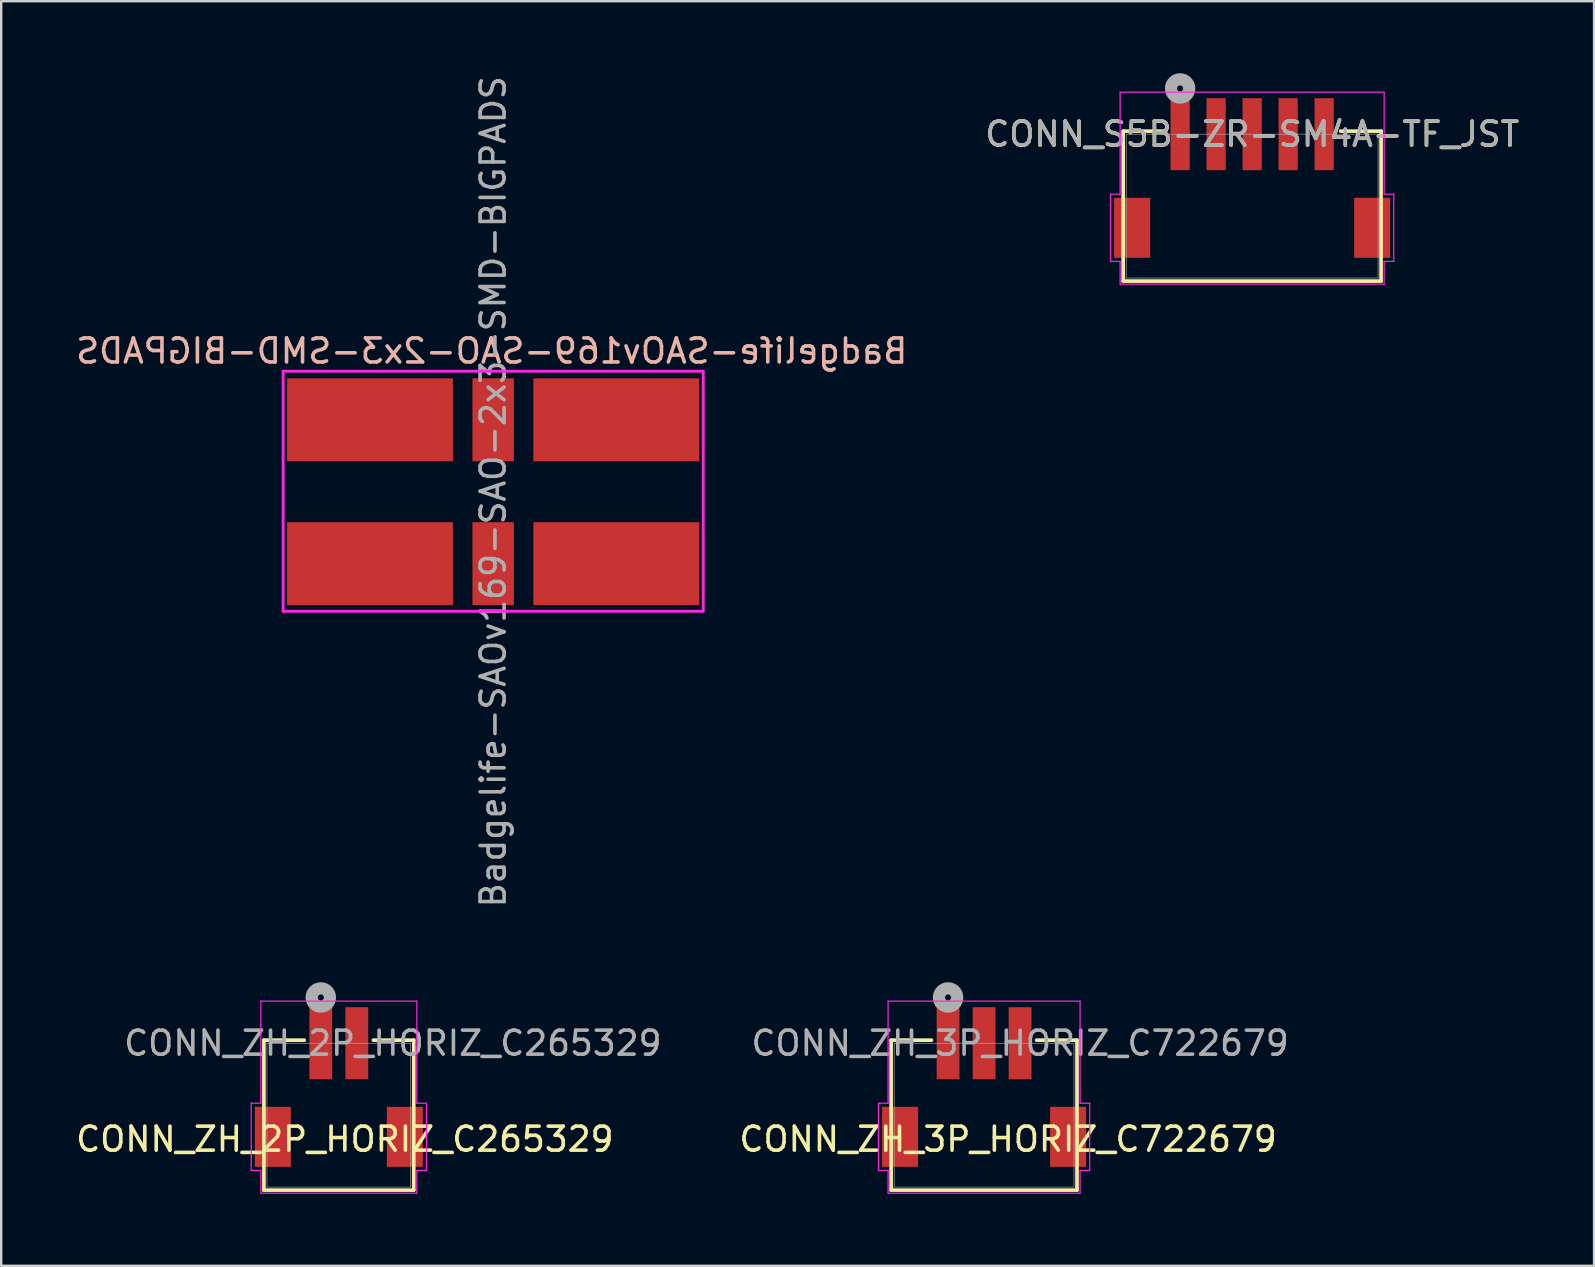
<source format=kicad_pcb>
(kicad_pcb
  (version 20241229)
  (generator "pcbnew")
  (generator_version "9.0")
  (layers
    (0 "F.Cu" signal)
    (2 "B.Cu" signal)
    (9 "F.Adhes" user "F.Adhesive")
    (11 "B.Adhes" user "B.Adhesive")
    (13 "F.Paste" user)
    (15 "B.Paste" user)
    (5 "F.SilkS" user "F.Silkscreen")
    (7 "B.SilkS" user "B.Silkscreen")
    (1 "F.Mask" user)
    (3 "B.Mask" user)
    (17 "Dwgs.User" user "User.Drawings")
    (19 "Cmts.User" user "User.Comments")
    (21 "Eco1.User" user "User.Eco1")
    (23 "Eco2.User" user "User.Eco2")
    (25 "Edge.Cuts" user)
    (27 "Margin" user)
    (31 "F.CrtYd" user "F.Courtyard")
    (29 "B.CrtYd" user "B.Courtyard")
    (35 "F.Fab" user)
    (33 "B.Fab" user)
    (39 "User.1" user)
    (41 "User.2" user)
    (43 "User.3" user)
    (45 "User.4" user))
  (footprint "Badgelife-SAOv169-SAO-2x3-SMD-BIGPADS"
    (layer "F.Cu")
    (at 17.495 17.415)
    (property "Reference" "Badgelife-SAOv169-SAO-2x3-SMD-BIGPADS" (at -0.06 -5.842 0) (layer "B.SilkS") (effects (font (size 1 1) (thickness 0.15)) (justify mirror)))
    (attr through_hole)
    (fp_line (start -8.75 -5) (end 8.75 -5) (stroke (width 0.12) (type solid)) (layer "Eco1.User"))
    (fp_line (start -8.75 5) (end -8.75 -5) (stroke (width 0.12) (type solid)) (layer "Eco1.User"))
    (fp_line (start 8.75 -5) (end 8.75 5) (stroke (width 0.12) (type solid)) (layer "Eco1.User"))
    (fp_line (start 8.75 5) (end -8.75 5) (stroke (width 0.12) (type solid)) (layer "Eco1.User"))
    (fp_line (start -8.75 -5) (end 8.75 -5) (stroke (width 0.12) (type solid)) (layer "F.CrtYd"))
    (fp_line (start -8.75 5) (end -8.75 -5) (stroke (width 0.12) (type solid)) (layer "F.CrtYd"))
    (fp_line (start 8.75 -5) (end 8.75 5) (stroke (width 0.12) (type solid)) (layer "F.CrtYd"))
    (fp_line (start 8.75 5) (end -8.75 5) (stroke (width 0.12) (type solid)) (layer "F.CrtYd"))
    (fp_text user "${REFERENCE}" (at 0 0.02 270) (layer "F.Fab") (effects (font (size 1 1) (thickness 0.15))))
    (pad "1" smd rect (at 5.131 -2.977 270) (size 3.454 6.909) (layers "F.Cu" "F.Mask" "F.Paste"))
    (pad "2" smd rect (at 5.131 3.017 270) (size 3.454 6.909) (layers "F.Cu" "F.Mask" "F.Paste"))
    (pad "3" smd rect (at 0 -2.977 270) (size 3.454 1.727) (layers "F.Cu" "F.Mask" "F.Paste"))
    (pad "4" smd rect (at 0 3.017 270) (size 3.454 1.727) (layers "F.Cu" "F.Mask" "F.Paste"))
    (pad "5" smd rect (at -5.131 -2.977 270) (size 3.454 6.909) (layers "F.Cu" "F.Mask" "F.Paste"))
    (pad "6" smd rect (at -5.131 3.017 270) (size 3.454 6.909) (layers "F.Cu" "F.Mask" "F.Paste")))
  (footprint "CONN_ZH_3P_HORIZ_C722679"
    (layer "F.Cu")
    (at 36.446 40.409)
    (property "Reference" "CONN_ZH_3P_HORIZ_C722679" (at 2.5 4 0) (unlocked yes) (layer "F.SilkS") (effects (font (size 1 1) (thickness 0.15))))
    (attr smd)
    (fp_line (start -2.372 -0.127) (end -2.372 6.121) (stroke (width 0.152) (type solid)) (layer "F.SilkS"))
    (fp_line (start -0.688 -0.127) (end -2.372 -0.127) (stroke (width 0.152) (type solid)) (layer "F.SilkS"))
    (fp_line (start 5.372 -0.127) (end 3.688 -0.127) (stroke (width 0.152) (type solid)) (layer "F.SilkS"))
    (fp_line (start 5.372 6.121) (end -2.372 6.121) (stroke (width 0.152) (type default)) (layer "F.SilkS"))
    (fp_line (start 5.372 6.121) (end 5.372 -0.127) (stroke (width 0.152) (type solid)) (layer "F.SilkS"))
    (fp_line (start -2.9 2.5) (end -2.9 5.3) (stroke (width 0.05) (type default)) (layer "F.CrtYd"))
    (fp_line (start -2.9 5.3) (end -2.5 5.3) (stroke (width 0.05) (type default)) (layer "F.CrtYd"))
    (fp_line (start -2.5 2.5) (end -2.9 2.5) (stroke (width 0.05) (type default)) (layer "F.CrtYd"))
    (fp_line (start -2.5 5.3) (end -2.499 6.248) (stroke (width 0.05) (type default)) (layer "F.CrtYd"))
    (fp_line (start -2.499 -1.753) (end -2.5 2.5) (stroke (width 0.05) (type default)) (layer "F.CrtYd"))
    (fp_line (start -2.499 -1.753) (end 5.499 -1.753) (stroke (width 0.05) (type default)) (layer "F.CrtYd"))
    (fp_line (start -2.499 6.248) (end 5.499 6.248) (stroke (width 0.05) (type default)) (layer "F.CrtYd"))
    (fp_line (start 5.499 -1.753) (end 5.5 2.5) (stroke (width 0.05) (type default)) (layer "F.CrtYd"))
    (fp_line (start 5.5 5.3) (end 5.499 6.248) (stroke (width 0.05) (type default)) (layer "F.CrtYd"))
    (fp_line (start 5.5 5.3) (end 5.9 5.3) (stroke (width 0.05) (type default)) (layer "F.CrtYd"))
    (fp_line (start 5.9 2.5) (end 5.5 2.5) (stroke (width 0.05) (type default)) (layer "F.CrtYd"))
    (fp_line (start 5.9 5.3) (end 5.9 2.5) (stroke (width 0.05) (type default)) (layer "F.CrtYd"))
    (fp_line (start -2.245 0) (end -2.245 5.994) (stroke (width 0.025) (type solid)) (layer "F.Fab"))
    (fp_line (start -2.245 0) (end 5.245 0) (stroke (width 0.025) (type default)) (layer "F.Fab"))
    (fp_line (start -2.245 5.994) (end 5.245 5.994) (stroke (width 0.025) (type default)) (layer "F.Fab"))
    (fp_line (start 5.245 5.994) (end 5.245 0) (stroke (width 0.025) (type solid)) (layer "F.Fab"))
    (fp_circle (center 0 -1.905) (end 0.381 -1.905) (stroke (width 0.508) (type solid)) (fill no) (layer "F.Fab"))
    (fp_text user "${REFERENCE}" (at 3 0 0) (unlocked yes) (layer "F.Fab") (effects (font (size 1 1) (thickness 0.15))))
    (pad "1" smd rect (at 0 0) (size 0.95 3) (layers "F.Cu" "F.Mask" "F.Paste"))
    (pad "2" smd rect (at 1.5 0) (size 0.95 3) (layers "F.Cu" "F.Mask" "F.Paste"))
    (pad "3" smd rect (at 3 0) (size 0.95 3) (layers "F.Cu" "F.Mask" "F.Paste"))
    (pad "NC" smd rect (at -2 3.9) (size 1.5 2.5) (layers "F.Cu" "F.Mask" "F.Paste"))
    (pad "NC" smd rect (at 5 3.9) (size 1.5 2.5) (layers "F.Cu" "F.Mask" "F.Paste")))
  (footprint "CONN_S5B-ZR-SM4A-TF_JST"
    (layer "F.Cu")
    (at 46.113 2.54)
    (property "Reference" "CONN_S5B-ZR-SM4A-TF_JST" (at 3 0 0) (unlocked yes) (layer "F.SilkS") (effects (font (size 1 1) (thickness 0.15))))
    (attr smd)
    (fp_line (start -2.372 -0.127) (end -2.372 6.121) (stroke (width 0.152) (type solid)) (layer "F.SilkS"))
    (fp_line (start -2.372 6.121) (end 8.372 6.121) (stroke (width 0.152) (type solid)) (layer "F.SilkS"))
    (fp_line (start -0.688 -0.127) (end -2.372 -0.127) (stroke (width 0.152) (type solid)) (layer "F.SilkS"))
    (fp_line (start 8.372 -0.127) (end 6.688 -0.127) (stroke (width 0.152) (type solid)) (layer "F.SilkS"))
    (fp_line (start 8.372 6.121) (end 8.372 -0.127) (stroke (width 0.152) (type solid)) (layer "F.SilkS"))
    (fp_line (start -2.9 2.5) (end -2.9 5.3) (stroke (width 0.05) (type default)) (layer "F.CrtYd"))
    (fp_line (start -2.9 5.3) (end -2.5 5.3) (stroke (width 0.05) (type default)) (layer "F.CrtYd"))
    (fp_line (start -2.5 2.5) (end -2.9 2.5) (stroke (width 0.05) (type default)) (layer "F.CrtYd"))
    (fp_line (start -2.5 5.3) (end -2.499 6.248) (stroke (width 0.05) (type default)) (layer "F.CrtYd"))
    (fp_line (start -2.499 -1.753) (end -2.5 2.5) (stroke (width 0.05) (type default)) (layer "F.CrtYd"))
    (fp_line (start -2.499 6.248) (end 8.499 6.248) (stroke (width 0.05) (type solid)) (layer "F.CrtYd"))
    (fp_line (start 8.499 -1.753) (end -2.499 -1.753) (stroke (width 0.05) (type solid)) (layer "F.CrtYd"))
    (fp_line (start 8.499 -1.753) (end 8.5 2.5) (stroke (width 0.05) (type default)) (layer "F.CrtYd"))
    (fp_line (start 8.5 5.3) (end 8.499 6.248) (stroke (width 0.05) (type default)) (layer "F.CrtYd"))
    (fp_line (start 8.5 5.3) (end 8.9 5.3) (stroke (width 0.05) (type default)) (layer "F.CrtYd"))
    (fp_line (start 8.9 2.5) (end 8.5 2.5) (stroke (width 0.05) (type default)) (layer "F.CrtYd"))
    (fp_line (start 8.9 5.3) (end 8.9 2.5) (stroke (width 0.05) (type default)) (layer "F.CrtYd"))
    (fp_line (start -2.245 0) (end -2.245 5.994) (stroke (width 0.025) (type solid)) (layer "F.Fab"))
    (fp_line (start -2.245 5.994) (end 8.245 5.994) (stroke (width 0.025) (type solid)) (layer "F.Fab"))
    (fp_line (start 8.245 0) (end -2.245 0) (stroke (width 0.025) (type solid)) (layer "F.Fab"))
    (fp_line (start 8.245 5.994) (end 8.245 0) (stroke (width 0.025) (type solid)) (layer "F.Fab"))
    (fp_circle (center 0 -1.905) (end 0.381 -1.905) (stroke (width 0.508) (type solid)) (fill no) (layer "F.Fab"))
    (fp_text user "${REFERENCE}" (at 3 0 0) (unlocked yes) (layer "F.Fab") (effects (font (size 1 1) (thickness 0.15))))
    (pad "1" smd rect (at 0 0) (size 0.8 3) (layers "F.Cu" "F.Mask" "F.Paste"))
    (pad "2" smd rect (at 1.5 0) (size 0.8 3) (layers "F.Cu" "F.Mask" "F.Paste"))
    (pad "3" smd rect (at 3 0) (size 0.8 3) (layers "F.Cu" "F.Mask" "F.Paste"))
    (pad "4" smd rect (at 4.5 0) (size 0.8 3) (layers "F.Cu" "F.Mask" "F.Paste"))
    (pad "5" smd rect (at 6 0) (size 0.8 3) (layers "F.Cu" "F.Mask" "F.Paste"))
    (pad "6" smd rect (at -2 3.9) (size 1.5 2.5) (layers "F.Cu" "F.Mask" "F.Paste"))
    (pad "7" smd rect (at 8 3.9) (size 1.5 2.5) (layers "F.Cu" "F.Mask" "F.Paste")))
  (footprint "CONN_ZH_2P_HORIZ_C265329"
    (layer "F.Cu")
    (at 10.315 40.409)
    (property "Reference" "CONN_ZH_2P_HORIZ_C265329" (at 1 4 0) (unlocked yes) (layer "F.SilkS") (effects (font (size 1 1) (thickness 0.15))))
    (attr smd)
    (fp_line (start -2.372 -0.127) (end -2.372 6.121) (stroke (width 0.152) (type solid)) (layer "F.SilkS"))
    (fp_line (start -0.688 -0.127) (end -2.372 -0.127) (stroke (width 0.152) (type solid)) (layer "F.SilkS"))
    (fp_line (start 3.872 -0.127) (end 2.188 -0.127) (stroke (width 0.152) (type solid)) (layer "F.SilkS"))
    (fp_line (start 3.872 6.121) (end -2.372 6.121) (stroke (width 0.152) (type default)) (layer "F.SilkS"))
    (fp_line (start 3.872 6.121) (end 3.872 -0.127) (stroke (width 0.152) (type solid)) (layer "F.SilkS"))
    (fp_line (start -2.9 2.5) (end -2.9 5.3) (stroke (width 0.05) (type default)) (layer "F.CrtYd"))
    (fp_line (start -2.9 5.3) (end -2.5 5.3) (stroke (width 0.05) (type default)) (layer "F.CrtYd"))
    (fp_line (start -2.5 2.5) (end -2.9 2.5) (stroke (width 0.05) (type default)) (layer "F.CrtYd"))
    (fp_line (start -2.5 5.3) (end -2.499 6.248) (stroke (width 0.05) (type default)) (layer "F.CrtYd"))
    (fp_line (start -2.499 -1.753) (end -2.5 2.5) (stroke (width 0.05) (type default)) (layer "F.CrtYd"))
    (fp_line (start -2.499 6.248) (end 3.999 6.248) (stroke (width 0.05) (type default)) (layer "F.CrtYd"))
    (fp_line (start 3.999 -1.753) (end -2.499 -1.753) (stroke (width 0.05) (type default)) (layer "F.CrtYd"))
    (fp_line (start 3.999 -1.753) (end 4 2.5) (stroke (width 0.05) (type default)) (layer "F.CrtYd"))
    (fp_line (start 4 5.3) (end 3.999 6.248) (stroke (width 0.05) (type default)) (layer "F.CrtYd"))
    (fp_line (start 4 5.3) (end 4.4 5.3) (stroke (width 0.05) (type default)) (layer "F.CrtYd"))
    (fp_line (start 4.4 2.5) (end 4 2.5) (stroke (width 0.05) (type default)) (layer "F.CrtYd"))
    (fp_line (start 4.4 5.3) (end 4.4 2.5) (stroke (width 0.05) (type default)) (layer "F.CrtYd"))
    (fp_line (start -2.245 0) (end -2.245 5.994) (stroke (width 0.025) (type solid)) (layer "F.Fab"))
    (fp_line (start -2.245 0) (end 3.745 0) (stroke (width 0.025) (type default)) (layer "F.Fab"))
    (fp_line (start -2.245 5.994) (end 3.745 5.994) (stroke (width 0.025) (type default)) (layer "F.Fab"))
    (fp_line (start 3.745 5.994) (end 3.745 0) (stroke (width 0.025) (type solid)) (layer "F.Fab"))
    (fp_circle (center 0 -1.905) (end 0.381 -1.905) (stroke (width 0.508) (type solid)) (fill no) (layer "F.Fab"))
    (fp_text user "${REFERENCE}" (at 3 0 0) (unlocked yes) (layer "F.Fab") (effects (font (size 1 1) (thickness 0.15))))
    (pad "1" smd rect (at 0 0) (size 0.95 3) (layers "F.Cu" "F.Mask" "F.Paste"))
    (pad "2" smd rect (at 1.5 0) (size 0.95 3) (layers "F.Cu" "F.Mask" "F.Paste"))
    (pad "NC" smd rect (at -2 3.9) (size 1.5 2.5) (layers "F.Cu" "F.Mask" "F.Paste"))
    (pad "NC" smd rect (at 3.5 3.9) (size 1.5 2.5) (layers "F.Cu" "F.Mask" "F.Paste")))
  (gr_rect
    (start -3 -3)
    (end 63.357 49.682)
    (stroke (width 0.1) (type default))
    (fill no)
    (layer "Edge.Cuts")))
</source>
